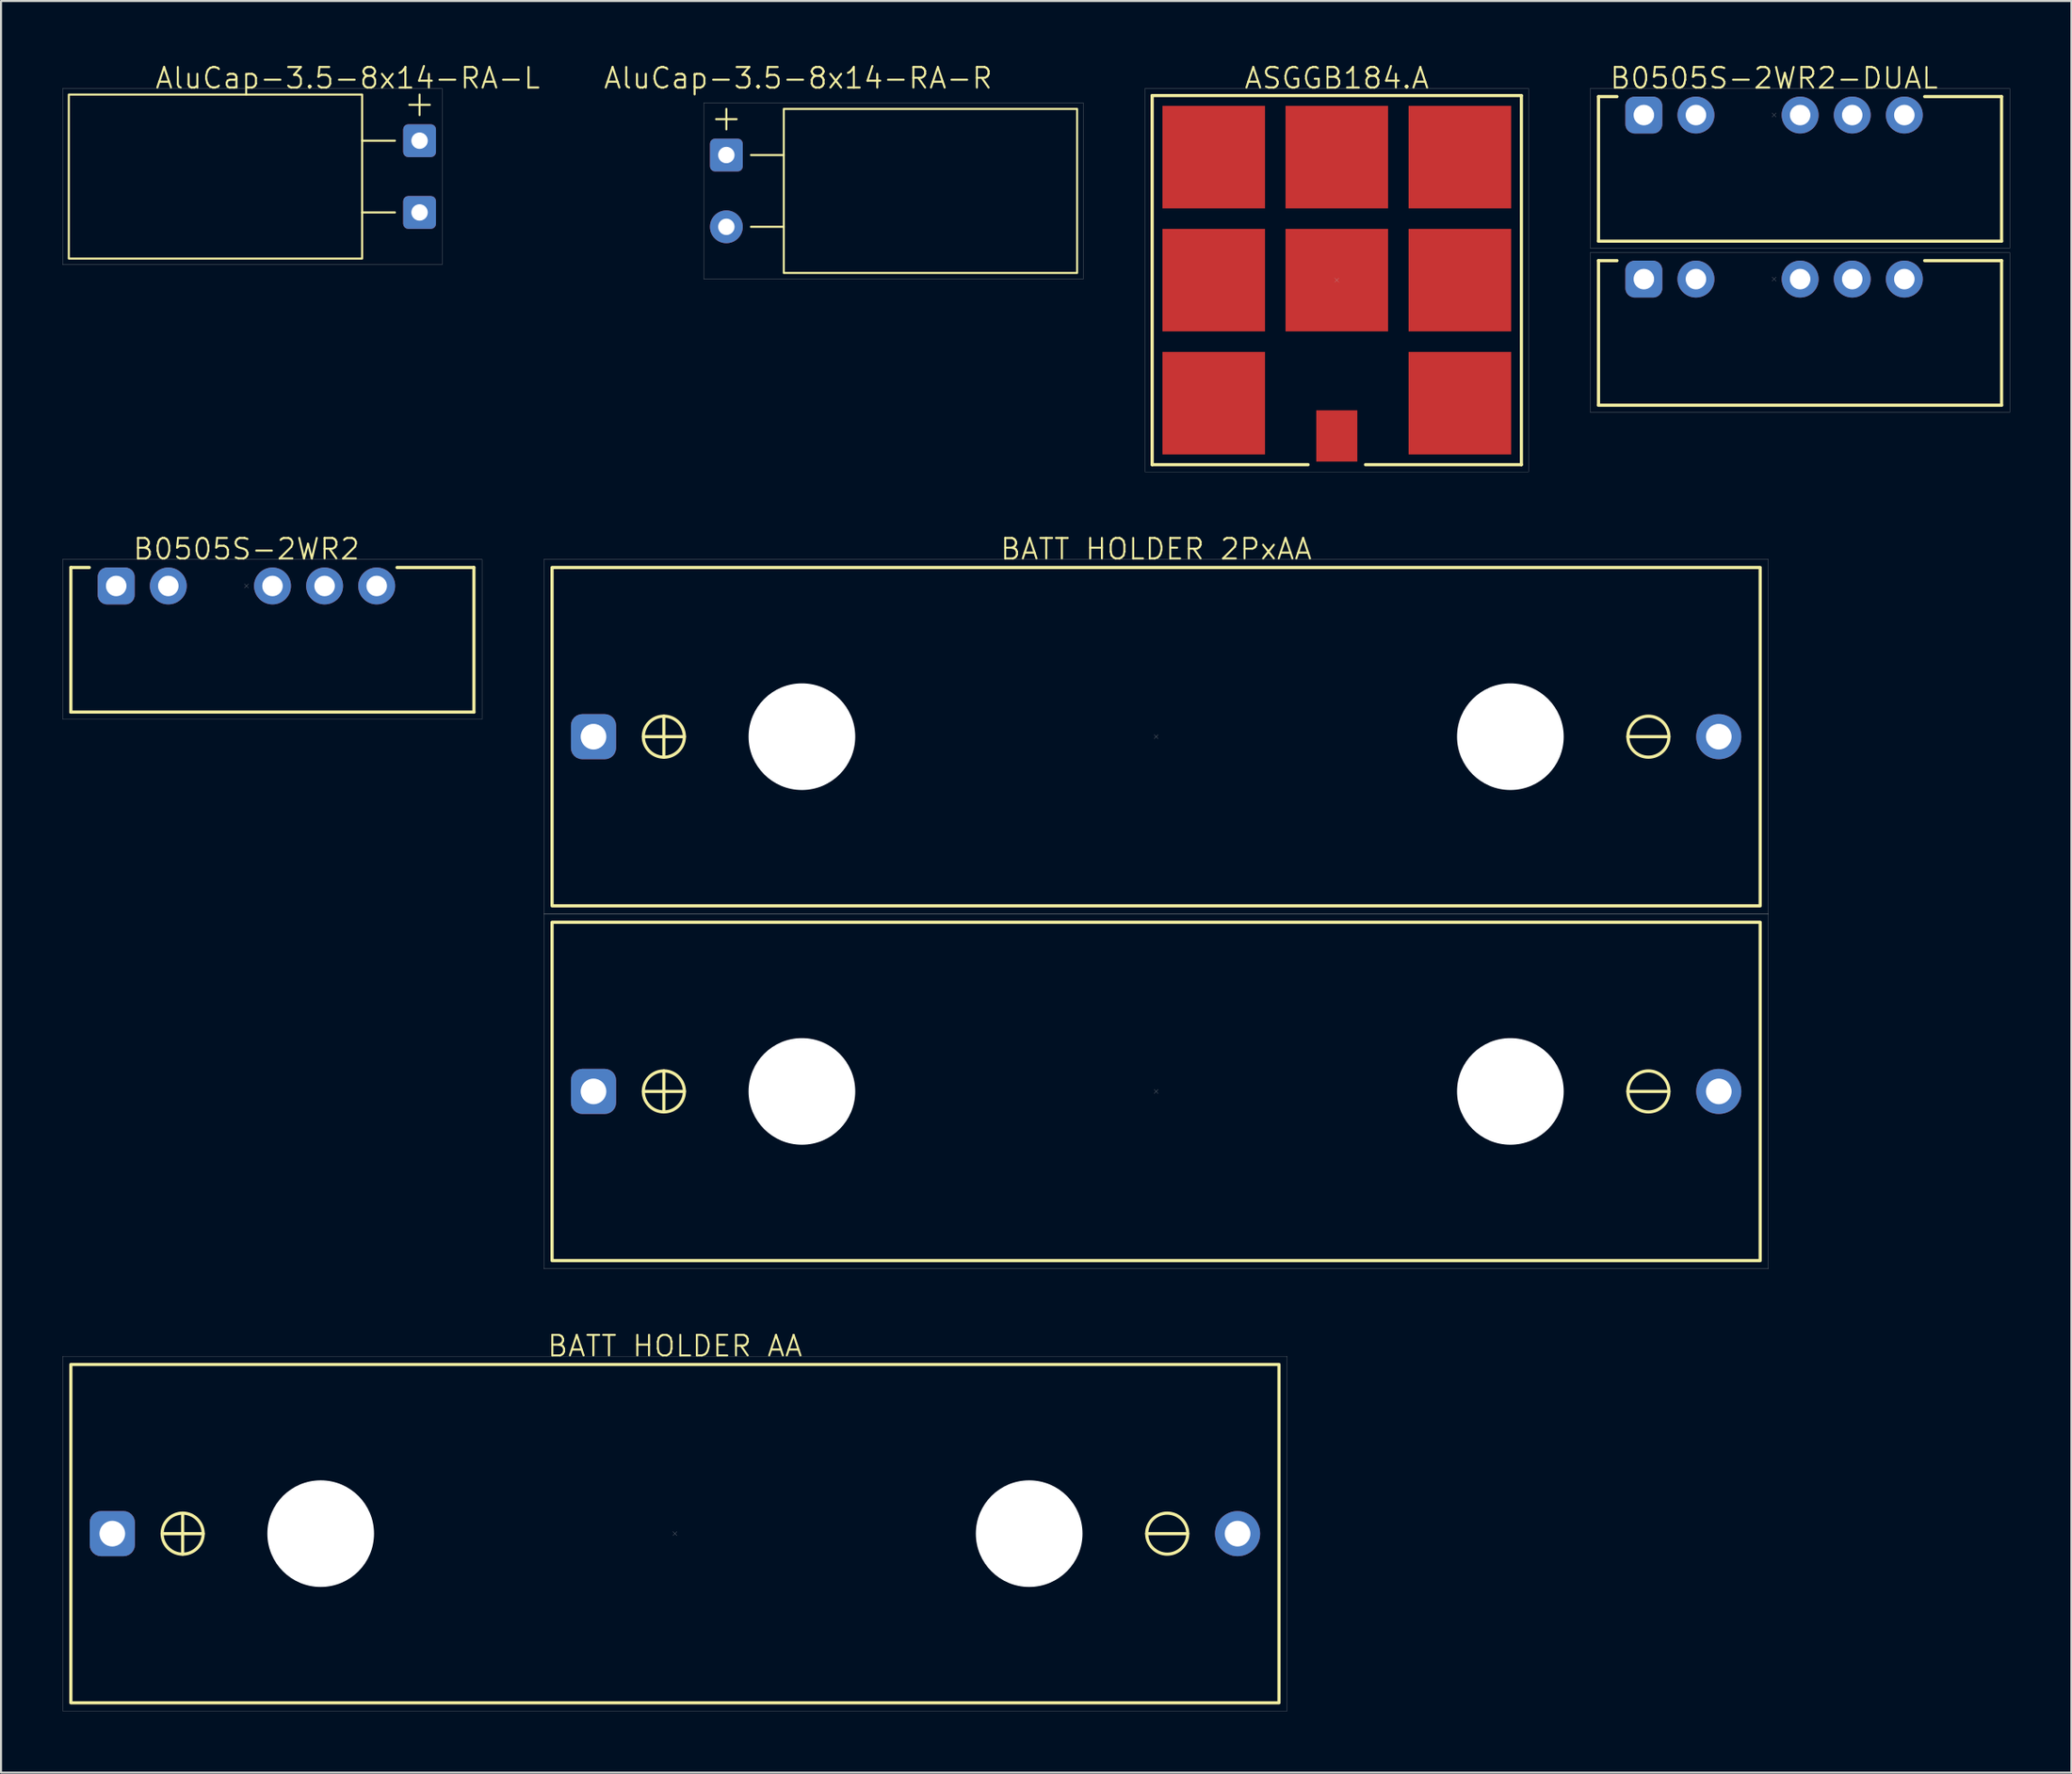
<source format=kicad_pcb>
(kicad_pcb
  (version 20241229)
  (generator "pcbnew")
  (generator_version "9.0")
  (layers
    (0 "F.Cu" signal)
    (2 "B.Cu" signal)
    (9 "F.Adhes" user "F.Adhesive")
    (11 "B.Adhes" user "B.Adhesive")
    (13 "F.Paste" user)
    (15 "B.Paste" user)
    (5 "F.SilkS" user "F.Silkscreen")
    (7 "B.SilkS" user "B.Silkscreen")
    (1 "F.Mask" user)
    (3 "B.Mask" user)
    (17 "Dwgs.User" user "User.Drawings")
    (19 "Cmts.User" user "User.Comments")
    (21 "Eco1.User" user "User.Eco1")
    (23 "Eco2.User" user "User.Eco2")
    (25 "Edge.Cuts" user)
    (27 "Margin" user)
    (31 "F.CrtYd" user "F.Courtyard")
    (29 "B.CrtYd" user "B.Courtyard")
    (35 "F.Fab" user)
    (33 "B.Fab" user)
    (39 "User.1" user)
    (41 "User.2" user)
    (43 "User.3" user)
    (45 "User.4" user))
  (footprint "AluCap-3.5-8x14-RA-R"
    (layer "F.Cu")
    (at 35.162 6.261)
    (property "Reference" "AluCap-3.5-8x14-RA-R" (at 0.7 -5.5 0) (unlocked yes) (layer "F.SilkS") (effects (font (size 1 1) (thickness 0.1))))
    (attr through_hole)
    (fp_line (start -3.3 -3.5) (end -2.3 -3.5) (stroke (width 0.1) (type default)) (layer "F.SilkS"))
    (fp_line (start -2.8 -3) (end -2.8 -4) (stroke (width 0.1) (type default)) (layer "F.SilkS"))
    (fp_line (start -1.6 -1.75) (end 0 -1.75) (stroke (width 0.1) (type default)) (layer "F.SilkS"))
    (fp_line (start -1.6 1.75) (end 0 1.75) (stroke (width 0.1) (type default)) (layer "F.SilkS"))
    (fp_rect (start 0 -4) (end 14.3 4) (stroke (width 0.1) (type default)) (fill no) (layer "F.SilkS"))
    (fp_poly (pts (xy 14.6 4.3) (xy -3.9 4.3) (xy -3.9 -4.3) (xy 14.6 -4.3)) (stroke (width 0.01) (type default)) (fill no) (layer "F.Fab"))
    (pad "+" thru_hole roundrect (at -2.8 -1.75) (size 1.6 1.6) (drill 0.8) (layers "*.Cu" "*.Mask") (roundrect_rratio 0.156))
    (pad "-" thru_hole circle (at -2.8 1.75) (size 1.6 1.6) (drill 0.8) (layers "*.Cu" "*.Mask")))
  (footprint "ASGGB184.A"
    (layer "F.Cu")
    (at 62.122 10.611)
    (property "Reference" "ASGGB184.A" (at 0 -9.85 0) (unlocked yes) (layer "F.SilkS") (effects (font (size 1 1) (thickness 0.1))))
    (attr smd)
    (fp_line (start -9 -9) (end 9 -9) (stroke (width 0.154) (type default)) (layer "F.SilkS"))
    (fp_line (start -9 9) (end -9 -9) (stroke (width 0.154) (type default)) (layer "F.SilkS"))
    (fp_line (start -1.4 9) (end -9 9) (stroke (width 0.154) (type default)) (layer "F.SilkS"))
    (fp_line (start 9 -9) (end 9 9) (stroke (width 0.154) (type default)) (layer "F.SilkS"))
    (fp_line (start 9 9) (end 1.4 9) (stroke (width 0.154) (type default)) (layer "F.SilkS"))
    (fp_line (start -0.1 -0.1) (end 0.1 0.1) (stroke (width 0.01) (type default)) (layer "F.Fab"))
    (fp_line (start 0.1 -0.1) (end -0.1 0.1) (stroke (width 0.01) (type default)) (layer "F.Fab"))
    (fp_rect (start -9.35 -9.35) (end 9.35 9.35) (stroke (width 0.01) (type default)) (fill no) (layer "F.Fab"))
    (pad "1" smd rect (at 0 7.6) (size 2 2.5) (layers "F.Cu" "F.Mask" "F.Paste"))
    (pad "2" smd rect (at -6 -6) (size 5 5) (layers "F.Cu" "F.Mask" "F.Paste"))
    (pad "2" smd rect (at -6 0) (size 5 5) (layers "F.Cu" "F.Mask" "F.Paste"))
    (pad "2" smd rect (at -6 6) (size 5 5) (layers "F.Cu" "F.Mask" "F.Paste"))
    (pad "2" smd rect (at 0 -6) (size 5 5) (layers "F.Cu" "F.Mask" "F.Paste"))
    (pad "2" smd rect (at 0 0) (size 5 5) (layers "F.Cu" "F.Mask" "F.Paste"))
    (pad "2" smd rect (at 6 -6) (size 5 5) (layers "F.Cu" "F.Mask" "F.Paste"))
    (pad "2" smd rect (at 6 0) (size 5 5) (layers "F.Cu" "F.Mask" "F.Paste"))
    (pad "2" smd rect (at 6 6) (size 5 5) (layers "F.Cu" "F.Mask" "F.Paste")))
  (footprint "B0505S-2WR2-DUAL"
    (layer "F.Cu")
    (at 83.442 2.561)
    (property "Reference" "B0505S-2WR2-DUAL" (at 0 -1.8 0) (unlocked yes) (layer "F.SilkS") (effects (font (size 1 1) (thickness 0.1))))
    (attr through_hole)
    (fp_line (start -8.56 -0.9) (end -7.66 -0.9) (stroke (width 0.154) (type default)) (layer "F.SilkS"))
    (fp_line (start -8.56 6.15) (end -8.56 -0.9) (stroke (width 0.154) (type default)) (layer "F.SilkS"))
    (fp_line (start -8.56 7.1) (end -7.66 7.1) (stroke (width 0.154) (type default)) (layer "F.SilkS"))
    (fp_line (start -8.56 14.15) (end -8.56 7.1) (stroke (width 0.154) (type default)) (layer "F.SilkS"))
    (fp_line (start 11.09 -0.9) (end 7.34 -0.9) (stroke (width 0.154) (type default)) (layer "F.SilkS"))
    (fp_line (start 11.09 -0.9) (end 11.09 6.15) (stroke (width 0.154) (type default)) (layer "F.SilkS"))
    (fp_line (start 11.09 6.15) (end -8.56 6.15) (stroke (width 0.154) (type default)) (layer "F.SilkS"))
    (fp_line (start 11.09 7.1) (end 7.34 7.1) (stroke (width 0.154) (type default)) (layer "F.SilkS"))
    (fp_line (start 11.09 7.1) (end 11.09 14.15) (stroke (width 0.154) (type default)) (layer "F.SilkS"))
    (fp_line (start 11.09 14.15) (end -8.56 14.15) (stroke (width 0.154) (type default)) (layer "F.SilkS"))
    (fp_line (start -0.1 -0.1) (end 0.1 0.1) (stroke (width 0.01) (type default)) (layer "F.Fab"))
    (fp_line (start -0.1 7.9) (end 0.1 8.1) (stroke (width 0.01) (type default)) (layer "F.Fab"))
    (fp_line (start 0.1 -0.1) (end -0.1 0.1) (stroke (width 0.01) (type default)) (layer "F.Fab"))
    (fp_line (start 0.1 7.9) (end -0.1 8.1) (stroke (width 0.01) (type default)) (layer "F.Fab"))
    (fp_poly (pts (xy 11.49 6.5) (xy -8.96 6.5) (xy -8.96 -1.3) (xy 11.49 -1.3)) (stroke (width 0.01) (type default)) (fill no) (layer "F.Fab"))
    (fp_poly (pts (xy 11.49 14.5) (xy -8.96 14.5) (xy -8.96 6.7) (xy 11.49 6.7)) (stroke (width 0.01) (type default)) (fill no) (layer "F.Fab"))
    (pad "1" thru_hole roundrect (at -6.35 0) (size 1.8 1.8) (drill 1) (layers "*.Cu" "*.Mask") (roundrect_rratio 0.25))
    (pad "1" thru_hole roundrect (at -6.35 8) (size 1.8 1.8) (drill 1) (layers "*.Cu" "*.Mask") (roundrect_rratio 0.25))
    (pad "2" thru_hole circle (at -3.81 0) (size 1.8 1.8) (drill 1) (layers "*.Cu" "*.Mask"))
    (pad "2" thru_hole circle (at -3.81 8) (size 1.8 1.8) (drill 1) (layers "*.Cu" "*.Mask"))
    (pad "4" thru_hole circle (at 1.27 0) (size 1.8 1.8) (drill 1) (layers "*.Cu" "*.Mask"))
    (pad "4" thru_hole circle (at 1.27 8) (size 1.8 1.8) (drill 1) (layers "*.Cu" "*.Mask"))
    (pad "5" thru_hole circle (at 3.81 0) (size 1.8 1.8) (drill 1) (layers "*.Cu" "*.Mask"))
    (pad "5" thru_hole circle (at 3.81 8) (size 1.8 1.8) (drill 1) (layers "*.Cu" "*.Mask"))
    (pad "6" thru_hole circle (at 6.35 0) (size 1.8 1.8) (drill 1) (layers "*.Cu" "*.Mask"))
    (pad "6" thru_hole circle (at 6.35 8) (size 1.8 1.8) (drill 1) (layers "*.Cu" "*.Mask")))
  (footprint "BATT HOLDER AA"
    (layer "F.Cu")
    (at 29.855 71.742)
    (property "Reference" "BATT HOLDER AA" (at 0 -9.15 0) (unlocked yes) (layer "F.SilkS") (effects (font (size 1 1) (thickness 0.1))))
    (attr through_hole)
    (fp_line (start -25 0) (end -23 0) (stroke (width 0.154) (type default)) (layer "F.SilkS"))
    (fp_line (start -24 1) (end -24 -1) (stroke (width 0.154) (type default)) (layer "F.SilkS"))
    (fp_line (start 23 0) (end 25 0) (stroke (width 0.154) (type default)) (layer "F.SilkS"))
    (fp_rect (start -29.45 -8.25) (end 29.45 8.25) (stroke (width 0.154) (type default)) (fill no) (layer "F.SilkS"))
    (fp_circle (center -24 0) (end -23 0) (stroke (width 0.154) (type default)) (fill no) (layer "F.SilkS"))
    (fp_circle (center 24 0) (end 25 0) (stroke (width 0.154) (type default)) (fill no) (layer "F.SilkS"))
    (fp_line (start -17.37 -0.1) (end -17.17 0.1) (stroke (width 0.01) (type default)) (layer "F.Fab"))
    (fp_line (start -17.17 -0.1) (end -17.37 0.1) (stroke (width 0.01) (type default)) (layer "F.Fab"))
    (fp_line (start -0.1 -0.1) (end 0.1 0.1) (stroke (width 0.01) (type default)) (layer "F.Fab"))
    (fp_line (start 0.1 -0.1) (end -0.1 0.1) (stroke (width 0.01) (type default)) (layer "F.Fab"))
    (fp_line (start 17.17 -0.1) (end 17.37 0.1) (stroke (width 0.01) (type default)) (layer "F.Fab"))
    (fp_line (start 17.37 -0.1) (end 17.17 0.1) (stroke (width 0.01) (type default)) (layer "F.Fab"))
    (fp_rect (start -29.85 -8.65) (end 29.85 8.65) (stroke (width 0.01) (type default)) (fill no) (layer "F.Fab"))
    (fp_circle (center -17.27 0) (end -14.77 0) (stroke (width 0.01) (type default)) (fill no) (layer "F.Fab"))
    (fp_circle (center 17.27 0) (end 19.77 0) (stroke (width 0.01) (type default)) (fill no) (layer "F.Fab"))
    (pad "" np_thru_hole circle (at -17.27 0) (size 5.2 5.2) (drill 5.2) (layers "*.Cu" "*.Mask"))
    (pad "" np_thru_hole circle (at 17.27 0) (size 5.2 5.2) (drill 5.2) (layers "*.Cu" "*.Mask"))
    (pad "+" thru_hole roundrect (at -27.43 0) (size 2.2 2.2) (drill 1.25) (layers "*.Cu" "*.Mask") (roundrect_rratio 0.25))
    (pad "-" thru_hole circle (at 27.43 0) (size 2.2 2.2) (drill 1.25) (layers "*.Cu" "*.Mask")))
  (footprint "BATT HOLDER 2PxAA"
    (layer "F.Cu")
    (at 53.315 32.876)
    (property "Reference" "BATT HOLDER 2PxAA" (at 0 -9.15 0) (unlocked yes) (layer "F.SilkS") (effects (font (size 1 1) (thickness 0.1))))
    (attr through_hole)
    (fp_line (start -25 0) (end -23 0) (stroke (width 0.154) (type default)) (layer "F.SilkS"))
    (fp_line (start -25 17.3) (end -23 17.3) (stroke (width 0.154) (type default)) (layer "F.SilkS"))
    (fp_line (start -24 1) (end -24 -1) (stroke (width 0.154) (type default)) (layer "F.SilkS"))
    (fp_line (start -24 18.3) (end -24 16.3) (stroke (width 0.154) (type default)) (layer "F.SilkS"))
    (fp_line (start 23 0) (end 25 0) (stroke (width 0.154) (type default)) (layer "F.SilkS"))
    (fp_line (start 23 17.3) (end 25 17.3) (stroke (width 0.154) (type default)) (layer "F.SilkS"))
    (fp_rect (start -29.45 -8.25) (end 29.45 8.25) (stroke (width 0.154) (type default)) (fill no) (layer "F.SilkS"))
    (fp_rect (start -29.45 9.05) (end 29.45 25.55) (stroke (width 0.154) (type default)) (fill no) (layer "F.SilkS"))
    (fp_circle (center -24 0) (end -23 0) (stroke (width 0.154) (type default)) (fill no) (layer "F.SilkS"))
    (fp_circle (center -24 17.3) (end -23 17.3) (stroke (width 0.154) (type default)) (fill no) (layer "F.SilkS"))
    (fp_circle (center 24 0) (end 25 0) (stroke (width 0.154) (type default)) (fill no) (layer "F.SilkS"))
    (fp_circle (center 24 17.3) (end 25 17.3) (stroke (width 0.154) (type default)) (fill no) (layer "F.SilkS"))
    (fp_line (start -17.37 -0.1) (end -17.17 0.1) (stroke (width 0.01) (type default)) (layer "F.Fab"))
    (fp_line (start -17.37 17.2) (end -17.17 17.4) (stroke (width 0.01) (type default)) (layer "F.Fab"))
    (fp_line (start -17.17 -0.1) (end -17.37 0.1) (stroke (width 0.01) (type default)) (layer "F.Fab"))
    (fp_line (start -17.17 17.2) (end -17.37 17.4) (stroke (width 0.01) (type default)) (layer "F.Fab"))
    (fp_line (start -0.1 -0.1) (end 0.1 0.1) (stroke (width 0.01) (type default)) (layer "F.Fab"))
    (fp_line (start -0.1 17.2) (end 0.1 17.4) (stroke (width 0.01) (type default)) (layer "F.Fab"))
    (fp_line (start 0.1 -0.1) (end -0.1 0.1) (stroke (width 0.01) (type default)) (layer "F.Fab"))
    (fp_line (start 0.1 17.2) (end -0.1 17.4) (stroke (width 0.01) (type default)) (layer "F.Fab"))
    (fp_line (start 17.17 -0.1) (end 17.37 0.1) (stroke (width 0.01) (type default)) (layer "F.Fab"))
    (fp_line (start 17.17 17.2) (end 17.37 17.4) (stroke (width 0.01) (type default)) (layer "F.Fab"))
    (fp_line (start 17.37 -0.1) (end 17.17 0.1) (stroke (width 0.01) (type default)) (layer "F.Fab"))
    (fp_line (start 17.37 17.2) (end 17.17 17.4) (stroke (width 0.01) (type default)) (layer "F.Fab"))
    (fp_rect (start -29.85 -8.65) (end 29.85 8.65) (stroke (width 0.01) (type default)) (fill no) (layer "F.Fab"))
    (fp_rect (start -29.85 8.65) (end 29.85 25.95) (stroke (width 0.01) (type default)) (fill no) (layer "F.Fab"))
    (fp_circle (center -17.27 0) (end -14.77 0) (stroke (width 0.01) (type default)) (fill no) (layer "F.Fab"))
    (fp_circle (center -17.27 17.3) (end -14.77 17.3) (stroke (width 0.01) (type default)) (fill no) (layer "F.Fab"))
    (fp_circle (center 17.27 0) (end 19.77 0) (stroke (width 0.01) (type default)) (fill no) (layer "F.Fab"))
    (fp_circle (center 17.27 17.3) (end 19.77 17.3) (stroke (width 0.01) (type default)) (fill no) (layer "F.Fab"))
    (pad "" np_thru_hole circle (at -17.27 0) (size 5.2 5.2) (drill 5.2) (layers "*.Cu" "*.Mask"))
    (pad "" np_thru_hole circle (at -17.27 17.3) (size 5.2 5.2) (drill 5.2) (layers "*.Cu" "*.Mask"))
    (pad "" np_thru_hole circle (at 17.27 0) (size 5.2 5.2) (drill 5.2) (layers "*.Cu" "*.Mask"))
    (pad "" np_thru_hole circle (at 17.27 17.3) (size 5.2 5.2) (drill 5.2) (layers "*.Cu" "*.Mask"))
    (pad "+" thru_hole roundrect (at -27.43 0) (size 2.2 2.2) (drill 1.25) (layers "*.Cu" "*.Mask") (roundrect_rratio 0.25))
    (pad "+" thru_hole roundrect (at -27.43 17.3) (size 2.2 2.2) (drill 1.25) (layers "*.Cu" "*.Mask") (roundrect_rratio 0.25))
    (pad "-" thru_hole circle (at 27.43 0) (size 2.2 2.2) (drill 1.25) (layers "*.Cu" "*.Mask"))
    (pad "-" thru_hole circle (at 27.43 17.3) (size 2.2 2.2) (drill 1.25) (layers "*.Cu" "*.Mask")))
  (footprint "AluCap-3.5-8x14-RA-L"
    (layer "F.Cu")
    (at 14.605 5.561)
    (property "Reference" "AluCap-3.5-8x14-RA-L" (at -0.7 -4.8 0) (unlocked yes) (layer "F.SilkS") (effects (font (size 1 1) (thickness 0.1))))
    (attr through_hole)
    (fp_line (start 1.6 -1.75) (end 0 -1.75) (stroke (width 0.1) (type default)) (layer "F.SilkS"))
    (fp_line (start 1.6 1.75) (end 0 1.75) (stroke (width 0.1) (type default)) (layer "F.SilkS"))
    (fp_line (start 2.8 -4) (end 2.8 -3) (stroke (width 0.1) (type default)) (layer "F.SilkS"))
    (fp_line (start 3.3 -3.5) (end 2.3 -3.5) (stroke (width 0.1) (type default)) (layer "F.SilkS"))
    (fp_rect (start -14.3 -4) (end 0 4) (stroke (width 0.1) (type default)) (fill no) (layer "F.SilkS"))
    (fp_rect (start -14.6 -4.3) (end 3.9 4.3) (stroke (width 0.01) (type default)) (fill no) (layer "F.Fab"))
    (pad "+" thru_hole roundrect (at 2.8 -1.75 180) (size 1.6 1.6) (drill 0.8) (layers "*.Cu" "*.Mask") (roundrect_rratio 0.156))
    (pad "-" thru_hole roundrect (at 2.8 1.75 180) (size 1.6 1.6) (drill 0.8) (layers "*.Cu" "*.Mask") (roundrect_rratio 0.156)))
  (footprint "B0505S-2WR2"
    (layer "F.Cu")
    (at 8.965 25.526)
    (property "Reference" "B0505S-2WR2" (at 0 -1.8 0) (unlocked yes) (layer "F.SilkS") (effects (font (size 1 1) (thickness 0.1))))
    (attr through_hole)
    (fp_line (start -8.56 -0.9) (end -7.66 -0.9) (stroke (width 0.154) (type default)) (layer "F.SilkS"))
    (fp_line (start -8.56 6.15) (end -8.56 -0.9) (stroke (width 0.154) (type default)) (layer "F.SilkS"))
    (fp_line (start 11.09 -0.9) (end 7.34 -0.9) (stroke (width 0.154) (type default)) (layer "F.SilkS"))
    (fp_line (start 11.09 -0.9) (end 11.09 6.15) (stroke (width 0.154) (type default)) (layer "F.SilkS"))
    (fp_line (start 11.09 6.15) (end -8.56 6.15) (stroke (width 0.154) (type default)) (layer "F.SilkS"))
    (fp_line (start -0.1 -0.1) (end 0.1 0.1) (stroke (width 0.01) (type default)) (layer "F.Fab"))
    (fp_line (start 0.1 -0.1) (end -0.1 0.1) (stroke (width 0.01) (type default)) (layer "F.Fab"))
    (fp_poly (pts (xy 11.49 6.5) (xy -8.96 6.5) (xy -8.96 -1.3) (xy 11.49 -1.3)) (stroke (width 0.01) (type default)) (fill no) (layer "F.Fab"))
    (pad "1" thru_hole roundrect (at -6.35 0) (size 1.8 1.8) (drill 1) (layers "*.Cu" "*.Mask") (roundrect_rratio 0.25))
    (pad "2" thru_hole circle (at -3.81 0) (size 1.8 1.8) (drill 1) (layers "*.Cu" "*.Mask"))
    (pad "4" thru_hole circle (at 1.27 0) (size 1.8 1.8) (drill 1) (layers "*.Cu" "*.Mask"))
    (pad "5" thru_hole circle (at 3.81 0) (size 1.8 1.8) (drill 1) (layers "*.Cu" "*.Mask"))
    (pad "6" thru_hole circle (at 6.35 0) (size 1.8 1.8) (drill 1) (layers "*.Cu" "*.Mask")))
  (gr_rect
    (start -3 -3)
    (end 97.937 83.397)
    (stroke (width 0.1) (type default))
    (fill no)
    (layer "Edge.Cuts")))
</source>
